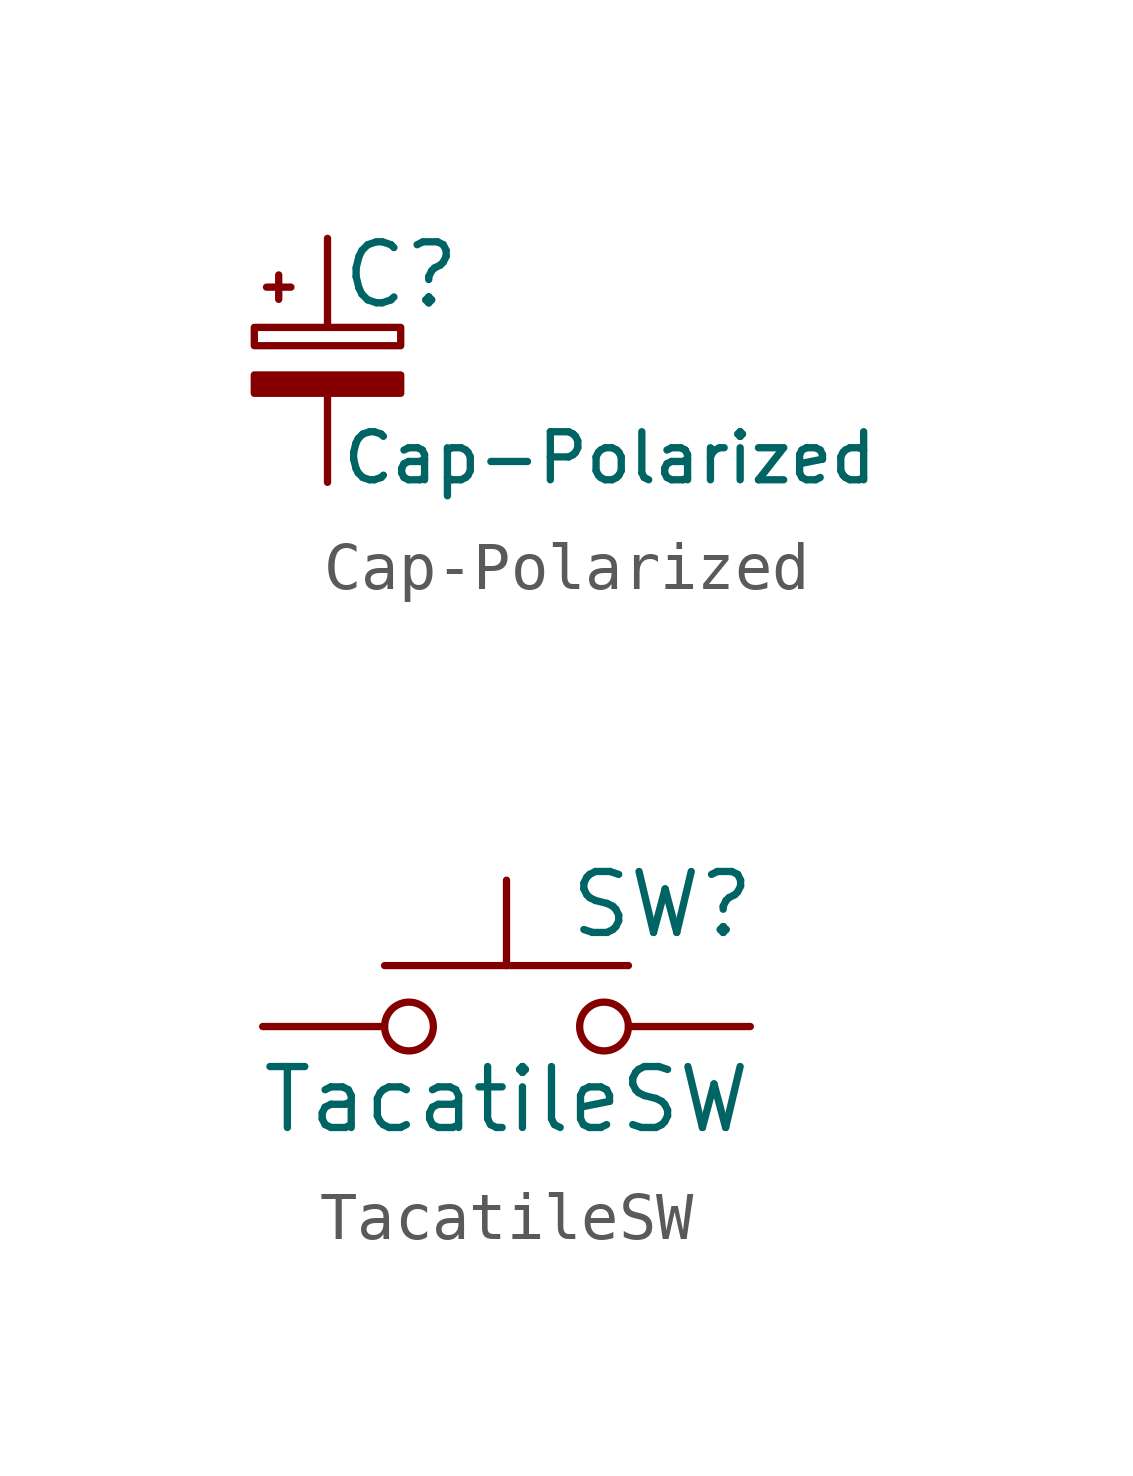
<source format=kicad_sym>
(kicad_symbol_lib
  (version 20231120)
  (generator "kicad_symbol_editor")
  (generator_version "8.0")
  (symbol "Cap-Polarized"
    (pin_numbers hide)
    (pin_names
      (offset 0.254) hide)
    (property "Reference" "C"
      (at 0.254 1.778 0)
      (effects (font (size 1.27 1.27)) (justify left)))
    (property "Value" "Cap-Polarized"
      (at 0.254 -2.032 0)
      (effects (font (size 1 1)) (justify left)))
    (symbol "Cap-Polarized_0_1"
      (rectangle (start -1.524 -0.305) (end 1.524 -0.686) (stroke (width 0) (type default)) (fill (type outline)))
      (rectangle (start -1.524 0.686) (end 1.524 0.305) (stroke (width 0) (type default)) (fill (type none)))
      (polyline (pts (xy -1.27 1.524) (xy -0.762 1.524)) (stroke (width 0) (type default)) (fill (type none)))
      (polyline (pts (xy -1.016 1.27) (xy -1.016 1.778)) (stroke (width 0) (type default)) (fill (type none))))
    (symbol "Cap-Polarized_1_1"
      (pin passive line (at 0 2.54 270) (length 1.854) (name "~" (effects (font (size 1.27 1.27)))) (number "1" (effects (font (size 1.27 1.27)))))
      (pin passive line (at 0 -2.54 90) (length 1.854) (name "~" (effects (font (size 1.27 1.27)))) (number "2" (effects (font (size 1.27 1.27)))))))
  (symbol "TacatileSW"
    (pin_numbers hide)
    (pin_names
      (offset 1.016) hide)
    (property "Reference" "SW"
      (at 1.27 2.54 0)
      (effects (font (size 1.27 1.27)) (justify left)))
    (property "Value" "TacatileSW"
      (at 0 -1.524 0)
      (effects (font (size 1.27 1.27))))
    (symbol "TacatileSW_0_1"
      (circle (center -2.032 0) (radius 0.508) (stroke (width 0) (type default)) (fill (type none)))
      (polyline (pts (xy 0 1.27) (xy 0 3.048)) (stroke (width 0) (type default)) (fill (type none)))
      (polyline (pts (xy 2.54 1.27) (xy -2.54 1.27)) (stroke (width 0) (type default)) (fill (type none)))
      (circle (center 2.032 0) (radius 0.508) (stroke (width 0) (type default)) (fill (type none)))
      (pin passive line (at -5.08 0 0) (length 2.54) (name "1" (effects (font (size 1.27 1.27)))) (number "1" (effects (font (size 1.27 1.27)))))
      (pin passive line (at 5.08 0 180) (length 2.54) (name "2" (effects (font (size 1.27 1.27)))) (number "2" (effects (font (size 1.27 1.27))))))))
</source>
